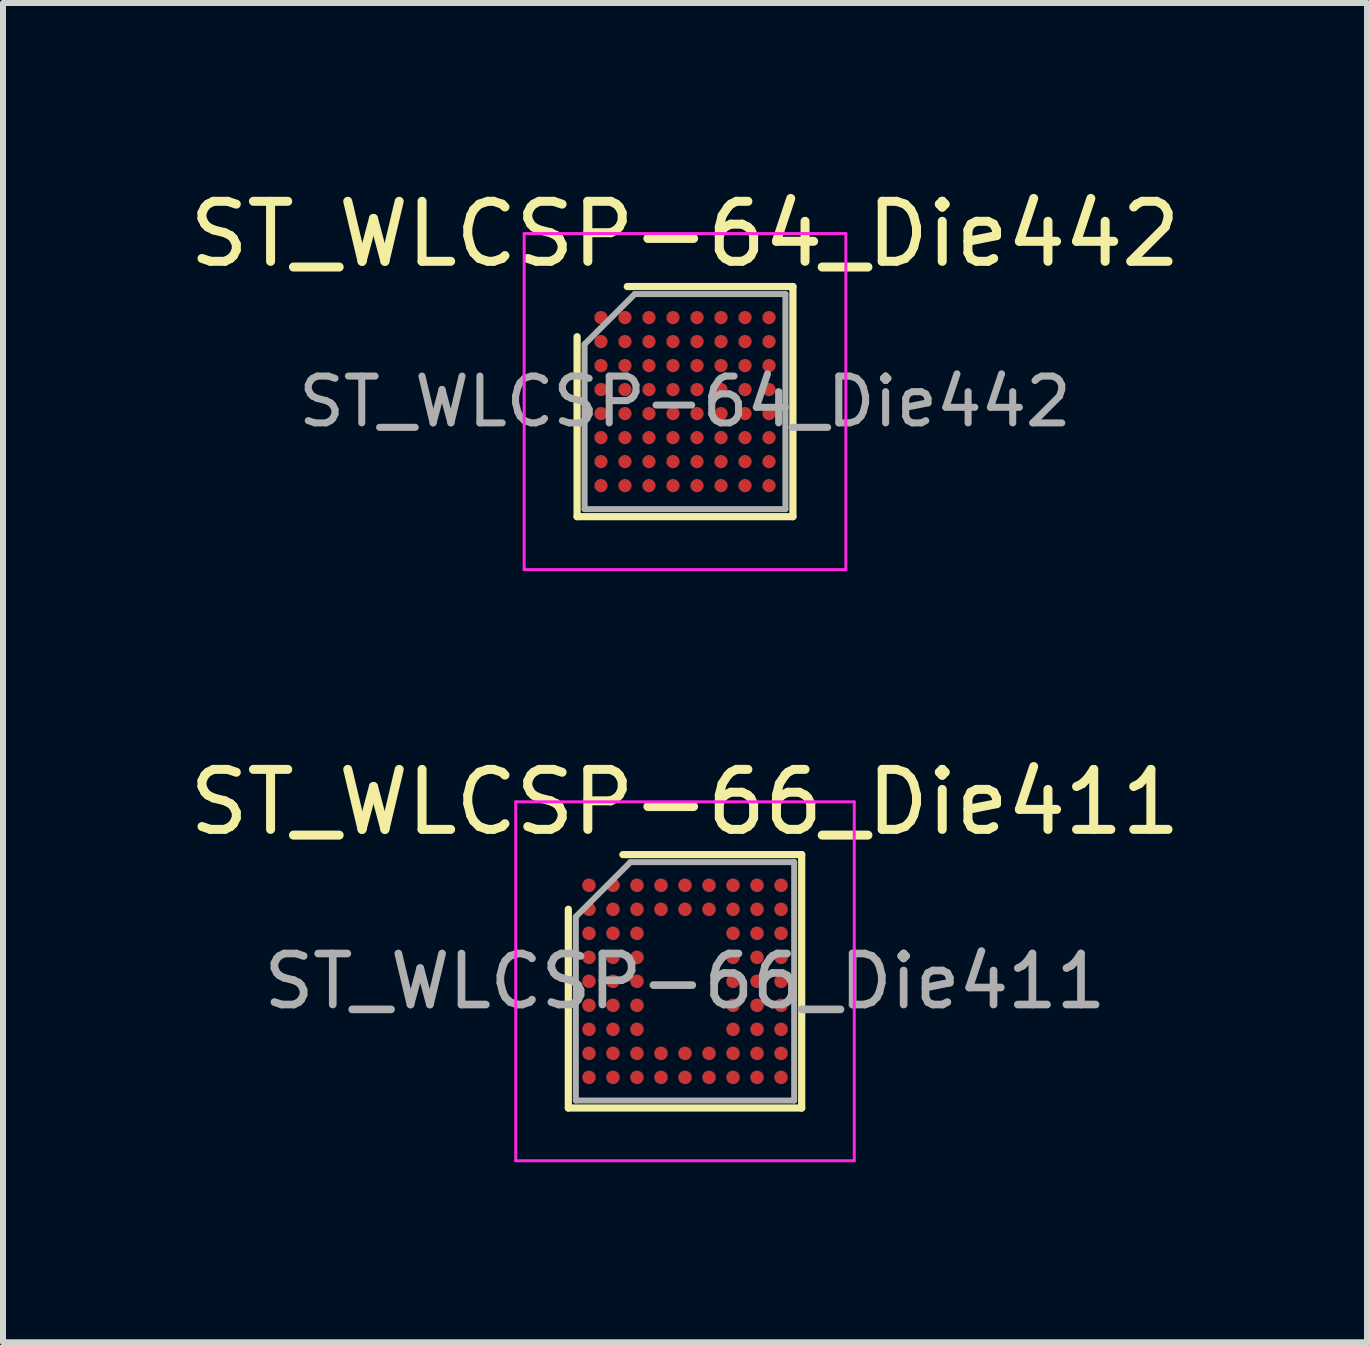
<source format=kicad_pcb>
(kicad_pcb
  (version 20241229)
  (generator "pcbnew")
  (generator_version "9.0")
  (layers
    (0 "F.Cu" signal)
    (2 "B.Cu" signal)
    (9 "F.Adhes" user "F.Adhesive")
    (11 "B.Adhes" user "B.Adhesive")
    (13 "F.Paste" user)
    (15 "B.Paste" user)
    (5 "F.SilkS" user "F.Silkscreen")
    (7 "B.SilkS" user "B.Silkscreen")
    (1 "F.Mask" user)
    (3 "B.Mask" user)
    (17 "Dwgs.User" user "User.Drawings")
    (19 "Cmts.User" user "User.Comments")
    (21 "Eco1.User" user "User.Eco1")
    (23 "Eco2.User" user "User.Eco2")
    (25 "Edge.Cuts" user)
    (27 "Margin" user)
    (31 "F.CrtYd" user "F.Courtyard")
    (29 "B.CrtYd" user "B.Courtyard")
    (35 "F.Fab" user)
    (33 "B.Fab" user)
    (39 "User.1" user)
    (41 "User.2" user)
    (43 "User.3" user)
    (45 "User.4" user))
  (footprint "ST_WLCSP-64_Die442"
    (layer "F.Cu")
    (at 8.363 3.641)
    (property "Reference" "ST_WLCSP-64_Die442" (at 0 -2.792 0) (layer "F.SilkS") (effects (font (size 1 1) (thickness 0.15))))
    (attr smd)
    (fp_line (start -1.798 1.917) (end -1.798 -1.081) (stroke (width 0.12) (type solid)) (layer "F.SilkS"))
    (fp_line (start -0.962 -1.917) (end 1.798 -1.917) (stroke (width 0.12) (type solid)) (layer "F.SilkS"))
    (fp_line (start 1.798 -1.917) (end 1.798 1.917) (stroke (width 0.12) (type solid)) (layer "F.SilkS"))
    (fp_line (start 1.798 1.917) (end -1.798 1.917) (stroke (width 0.12) (type solid)) (layer "F.SilkS"))
    (fp_line (start -2.68 -2.8) (end -2.68 2.8) (stroke (width 0.05) (type solid)) (layer "F.CrtYd"))
    (fp_line (start -2.68 2.8) (end 2.68 2.8) (stroke (width 0.05) (type solid)) (layer "F.CrtYd"))
    (fp_line (start 2.68 -2.8) (end -2.68 -2.8) (stroke (width 0.05) (type solid)) (layer "F.CrtYd"))
    (fp_line (start 2.68 2.8) (end 2.68 -2.8) (stroke (width 0.05) (type solid)) (layer "F.CrtYd"))
    (fp_line (start -1.673 -0.956) (end -0.837 -1.792) (stroke (width 0.1) (type solid)) (layer "F.Fab"))
    (fp_line (start -1.673 1.792) (end -1.673 -0.956) (stroke (width 0.1) (type solid)) (layer "F.Fab"))
    (fp_line (start -0.837 -1.792) (end 1.673 -1.792) (stroke (width 0.1) (type solid)) (layer "F.Fab"))
    (fp_line (start 1.673 -1.792) (end 1.673 1.792) (stroke (width 0.1) (type solid)) (layer "F.Fab"))
    (fp_line (start 1.673 1.792) (end -1.673 1.792) (stroke (width 0.1) (type solid)) (layer "F.Fab"))
    (fp_text user "${REFERENCE}" (at 0 0 0) (layer "F.Fab") (effects (font (size 0.78 0.78) (thickness 0.117))))
    (pad "A1" smd circle (at -1.4 -1.4) (size 0.22 0.22) (layers "F.Cu" "F.Mask" "F.Paste"))
    (pad "A2" smd circle (at -1 -1.4) (size 0.22 0.22) (layers "F.Cu" "F.Mask" "F.Paste"))
    (pad "A3" smd circle (at -0.6 -1.4) (size 0.22 0.22) (layers "F.Cu" "F.Mask" "F.Paste"))
    (pad "A4" smd circle (at -0.2 -1.4) (size 0.22 0.22) (layers "F.Cu" "F.Mask" "F.Paste"))
    (pad "A5" smd circle (at 0.2 -1.4) (size 0.22 0.22) (layers "F.Cu" "F.Mask" "F.Paste"))
    (pad "A6" smd circle (at 0.6 -1.4) (size 0.22 0.22) (layers "F.Cu" "F.Mask" "F.Paste"))
    (pad "A7" smd circle (at 1 -1.4) (size 0.22 0.22) (layers "F.Cu" "F.Mask" "F.Paste"))
    (pad "A8" smd circle (at 1.4 -1.4) (size 0.22 0.22) (layers "F.Cu" "F.Mask" "F.Paste"))
    (pad "B1" smd circle (at -1.4 -1) (size 0.22 0.22) (layers "F.Cu" "F.Mask" "F.Paste"))
    (pad "B2" smd circle (at -1 -1) (size 0.22 0.22) (layers "F.Cu" "F.Mask" "F.Paste"))
    (pad "B3" smd circle (at -0.6 -1) (size 0.22 0.22) (layers "F.Cu" "F.Mask" "F.Paste"))
    (pad "B4" smd circle (at -0.2 -1) (size 0.22 0.22) (layers "F.Cu" "F.Mask" "F.Paste"))
    (pad "B5" smd circle (at 0.2 -1) (size 0.22 0.22) (layers "F.Cu" "F.Mask" "F.Paste"))
    (pad "B6" smd circle (at 0.6 -1) (size 0.22 0.22) (layers "F.Cu" "F.Mask" "F.Paste"))
    (pad "B7" smd circle (at 1 -1) (size 0.22 0.22) (layers "F.Cu" "F.Mask" "F.Paste"))
    (pad "B8" smd circle (at 1.4 -1) (size 0.22 0.22) (layers "F.Cu" "F.Mask" "F.Paste"))
    (pad "C1" smd circle (at -1.4 -0.6) (size 0.22 0.22) (layers "F.Cu" "F.Mask" "F.Paste"))
    (pad "C2" smd circle (at -1 -0.6) (size 0.22 0.22) (layers "F.Cu" "F.Mask" "F.Paste"))
    (pad "C3" smd circle (at -0.6 -0.6) (size 0.22 0.22) (layers "F.Cu" "F.Mask" "F.Paste"))
    (pad "C4" smd circle (at -0.2 -0.6) (size 0.22 0.22) (layers "F.Cu" "F.Mask" "F.Paste"))
    (pad "C5" smd circle (at 0.2 -0.6) (size 0.22 0.22) (layers "F.Cu" "F.Mask" "F.Paste"))
    (pad "C6" smd circle (at 0.6 -0.6) (size 0.22 0.22) (layers "F.Cu" "F.Mask" "F.Paste"))
    (pad "C7" smd circle (at 1 -0.6) (size 0.22 0.22) (layers "F.Cu" "F.Mask" "F.Paste"))
    (pad "C8" smd circle (at 1.4 -0.6) (size 0.22 0.22) (layers "F.Cu" "F.Mask" "F.Paste"))
    (pad "D1" smd circle (at -1.4 -0.2) (size 0.22 0.22) (layers "F.Cu" "F.Mask" "F.Paste"))
    (pad "D2" smd circle (at -1 -0.2) (size 0.22 0.22) (layers "F.Cu" "F.Mask" "F.Paste"))
    (pad "D3" smd circle (at -0.6 -0.2) (size 0.22 0.22) (layers "F.Cu" "F.Mask" "F.Paste"))
    (pad "D4" smd circle (at -0.2 -0.2) (size 0.22 0.22) (layers "F.Cu" "F.Mask" "F.Paste"))
    (pad "D5" smd circle (at 0.2 -0.2) (size 0.22 0.22) (layers "F.Cu" "F.Mask" "F.Paste"))
    (pad "D6" smd circle (at 0.6 -0.2) (size 0.22 0.22) (layers "F.Cu" "F.Mask" "F.Paste"))
    (pad "D7" smd circle (at 1 -0.2) (size 0.22 0.22) (layers "F.Cu" "F.Mask" "F.Paste"))
    (pad "D8" smd circle (at 1.4 -0.2) (size 0.22 0.22) (layers "F.Cu" "F.Mask" "F.Paste"))
    (pad "E1" smd circle (at -1.4 0.2) (size 0.22 0.22) (layers "F.Cu" "F.Mask" "F.Paste"))
    (pad "E2" smd circle (at -1 0.2) (size 0.22 0.22) (layers "F.Cu" "F.Mask" "F.Paste"))
    (pad "E3" smd circle (at -0.6 0.2) (size 0.22 0.22) (layers "F.Cu" "F.Mask" "F.Paste"))
    (pad "E4" smd circle (at -0.2 0.2) (size 0.22 0.22) (layers "F.Cu" "F.Mask" "F.Paste"))
    (pad "E5" smd circle (at 0.2 0.2) (size 0.22 0.22) (layers "F.Cu" "F.Mask" "F.Paste"))
    (pad "E6" smd circle (at 0.6 0.2) (size 0.22 0.22) (layers "F.Cu" "F.Mask" "F.Paste"))
    (pad "E7" smd circle (at 1 0.2) (size 0.22 0.22) (layers "F.Cu" "F.Mask" "F.Paste"))
    (pad "E8" smd circle (at 1.4 0.2) (size 0.22 0.22) (layers "F.Cu" "F.Mask" "F.Paste"))
    (pad "F1" smd circle (at -1.4 0.6) (size 0.22 0.22) (layers "F.Cu" "F.Mask" "F.Paste"))
    (pad "F2" smd circle (at -1 0.6) (size 0.22 0.22) (layers "F.Cu" "F.Mask" "F.Paste"))
    (pad "F3" smd circle (at -0.6 0.6) (size 0.22 0.22) (layers "F.Cu" "F.Mask" "F.Paste"))
    (pad "F4" smd circle (at -0.2 0.6) (size 0.22 0.22) (layers "F.Cu" "F.Mask" "F.Paste"))
    (pad "F5" smd circle (at 0.2 0.6) (size 0.22 0.22) (layers "F.Cu" "F.Mask" "F.Paste"))
    (pad "F6" smd circle (at 0.6 0.6) (size 0.22 0.22) (layers "F.Cu" "F.Mask" "F.Paste"))
    (pad "F7" smd circle (at 1 0.6) (size 0.22 0.22) (layers "F.Cu" "F.Mask" "F.Paste"))
    (pad "F8" smd circle (at 1.4 0.6) (size 0.22 0.22) (layers "F.Cu" "F.Mask" "F.Paste"))
    (pad "G1" smd circle (at -1.4 1) (size 0.22 0.22) (layers "F.Cu" "F.Mask" "F.Paste"))
    (pad "G2" smd circle (at -1 1) (size 0.22 0.22) (layers "F.Cu" "F.Mask" "F.Paste"))
    (pad "G3" smd circle (at -0.6 1) (size 0.22 0.22) (layers "F.Cu" "F.Mask" "F.Paste"))
    (pad "G4" smd circle (at -0.2 1) (size 0.22 0.22) (layers "F.Cu" "F.Mask" "F.Paste"))
    (pad "G5" smd circle (at 0.2 1) (size 0.22 0.22) (layers "F.Cu" "F.Mask" "F.Paste"))
    (pad "G6" smd circle (at 0.6 1) (size 0.22 0.22) (layers "F.Cu" "F.Mask" "F.Paste"))
    (pad "G7" smd circle (at 1 1) (size 0.22 0.22) (layers "F.Cu" "F.Mask" "F.Paste"))
    (pad "G8" smd circle (at 1.4 1) (size 0.22 0.22) (layers "F.Cu" "F.Mask" "F.Paste"))
    (pad "H1" smd circle (at -1.4 1.4) (size 0.22 0.22) (layers "F.Cu" "F.Mask" "F.Paste"))
    (pad "H2" smd circle (at -1 1.4) (size 0.22 0.22) (layers "F.Cu" "F.Mask" "F.Paste"))
    (pad "H3" smd circle (at -0.6 1.4) (size 0.22 0.22) (layers "F.Cu" "F.Mask" "F.Paste"))
    (pad "H4" smd circle (at -0.2 1.4) (size 0.22 0.22) (layers "F.Cu" "F.Mask" "F.Paste"))
    (pad "H5" smd circle (at 0.2 1.4) (size 0.22 0.22) (layers "F.Cu" "F.Mask" "F.Paste"))
    (pad "H6" smd circle (at 0.6 1.4) (size 0.22 0.22) (layers "F.Cu" "F.Mask" "F.Paste"))
    (pad "H7" smd circle (at 1 1.4) (size 0.22 0.22) (layers "F.Cu" "F.Mask" "F.Paste"))
    (pad "H8" smd circle (at 1.4 1.4) (size 0.22 0.22) (layers "F.Cu" "F.Mask" "F.Paste")))
  (footprint "ST_WLCSP-66_Die411"
    (layer "F.Cu")
    (at 8.363 13.3)
    (property "Reference" "ST_WLCSP-66_Die411" (at 0 -2.986 0) (layer "F.SilkS") (effects (font (size 1 1) (thickness 0.15))))
    (attr smd)
    (fp_line (start -1.944 2.111) (end -1.944 -1.201) (stroke (width 0.12) (type solid)) (layer "F.SilkS"))
    (fp_line (start -1.035 -2.111) (end 1.944 -2.111) (stroke (width 0.12) (type solid)) (layer "F.SilkS"))
    (fp_line (start 1.944 -2.111) (end 1.944 2.111) (stroke (width 0.12) (type solid)) (layer "F.SilkS"))
    (fp_line (start 1.944 2.111) (end -1.944 2.111) (stroke (width 0.12) (type solid)) (layer "F.SilkS"))
    (fp_line (start -2.82 -2.99) (end -2.82 2.99) (stroke (width 0.05) (type solid)) (layer "F.CrtYd"))
    (fp_line (start -2.82 2.99) (end 2.82 2.99) (stroke (width 0.05) (type solid)) (layer "F.CrtYd"))
    (fp_line (start 2.82 -2.99) (end -2.82 -2.99) (stroke (width 0.05) (type solid)) (layer "F.CrtYd"))
    (fp_line (start 2.82 2.99) (end 2.82 -2.99) (stroke (width 0.05) (type solid)) (layer "F.CrtYd"))
    (fp_line (start -1.819 -1.076) (end -0.91 -1.986) (stroke (width 0.1) (type solid)) (layer "F.Fab"))
    (fp_line (start -1.819 1.986) (end -1.819 -1.076) (stroke (width 0.1) (type solid)) (layer "F.Fab"))
    (fp_line (start -0.91 -1.986) (end 1.819 -1.986) (stroke (width 0.1) (type solid)) (layer "F.Fab"))
    (fp_line (start 1.819 -1.986) (end 1.819 1.986) (stroke (width 0.1) (type solid)) (layer "F.Fab"))
    (fp_line (start 1.819 1.986) (end -1.819 1.986) (stroke (width 0.1) (type solid)) (layer "F.Fab"))
    (fp_text user "${REFERENCE}" (at 0 0 0) (layer "F.Fab") (effects (font (size 0.85 0.85) (thickness 0.128))))
    (pad "A1" smd circle (at -1.6 -1.6) (size 0.225 0.225) (layers "F.Cu" "F.Mask" "F.Paste"))
    (pad "A2" smd circle (at -1.2 -1.6) (size 0.225 0.225) (layers "F.Cu" "F.Mask" "F.Paste"))
    (pad "A3" smd circle (at -0.8 -1.6) (size 0.225 0.225) (layers "F.Cu" "F.Mask" "F.Paste"))
    (pad "A4" smd circle (at -0.4 -1.6) (size 0.225 0.225) (layers "F.Cu" "F.Mask" "F.Paste"))
    (pad "A5" smd circle (at 0 -1.6) (size 0.225 0.225) (layers "F.Cu" "F.Mask" "F.Paste"))
    (pad "A6" smd circle (at 0.4 -1.6) (size 0.225 0.225) (layers "F.Cu" "F.Mask" "F.Paste"))
    (pad "A7" smd circle (at 0.8 -1.6) (size 0.225 0.225) (layers "F.Cu" "F.Mask" "F.Paste"))
    (pad "A8" smd circle (at 1.2 -1.6) (size 0.225 0.225) (layers "F.Cu" "F.Mask" "F.Paste"))
    (pad "A9" smd circle (at 1.6 -1.6) (size 0.225 0.225) (layers "F.Cu" "F.Mask" "F.Paste"))
    (pad "B1" smd circle (at -1.6 -1.2) (size 0.225 0.225) (layers "F.Cu" "F.Mask" "F.Paste"))
    (pad "B2" smd circle (at -1.2 -1.2) (size 0.225 0.225) (layers "F.Cu" "F.Mask" "F.Paste"))
    (pad "B3" smd circle (at -0.8 -1.2) (size 0.225 0.225) (layers "F.Cu" "F.Mask" "F.Paste"))
    (pad "B4" smd circle (at -0.4 -1.2) (size 0.225 0.225) (layers "F.Cu" "F.Mask" "F.Paste"))
    (pad "B5" smd circle (at 0 -1.2) (size 0.225 0.225) (layers "F.Cu" "F.Mask" "F.Paste"))
    (pad "B6" smd circle (at 0.4 -1.2) (size 0.225 0.225) (layers "F.Cu" "F.Mask" "F.Paste"))
    (pad "B7" smd circle (at 0.8 -1.2) (size 0.225 0.225) (layers "F.Cu" "F.Mask" "F.Paste"))
    (pad "B8" smd circle (at 1.2 -1.2) (size 0.225 0.225) (layers "F.Cu" "F.Mask" "F.Paste"))
    (pad "B9" smd circle (at 1.6 -1.2) (size 0.225 0.225) (layers "F.Cu" "F.Mask" "F.Paste"))
    (pad "C1" smd circle (at -1.6 -0.8) (size 0.225 0.225) (layers "F.Cu" "F.Mask" "F.Paste"))
    (pad "C2" smd circle (at -1.2 -0.8) (size 0.225 0.225) (layers "F.Cu" "F.Mask" "F.Paste"))
    (pad "C3" smd circle (at -0.8 -0.8) (size 0.225 0.225) (layers "F.Cu" "F.Mask" "F.Paste"))
    (pad "C7" smd circle (at 0.8 -0.8) (size 0.225 0.225) (layers "F.Cu" "F.Mask" "F.Paste"))
    (pad "C8" smd circle (at 1.2 -0.8) (size 0.225 0.225) (layers "F.Cu" "F.Mask" "F.Paste"))
    (pad "C9" smd circle (at 1.6 -0.8) (size 0.225 0.225) (layers "F.Cu" "F.Mask" "F.Paste"))
    (pad "D1" smd circle (at -1.6 -0.4) (size 0.225 0.225) (layers "F.Cu" "F.Mask" "F.Paste"))
    (pad "D2" smd circle (at -1.2 -0.4) (size 0.225 0.225) (layers "F.Cu" "F.Mask" "F.Paste"))
    (pad "D3" smd circle (at -0.8 -0.4) (size 0.225 0.225) (layers "F.Cu" "F.Mask" "F.Paste"))
    (pad "D7" smd circle (at 0.8 -0.4) (size 0.225 0.225) (layers "F.Cu" "F.Mask" "F.Paste"))
    (pad "D8" smd circle (at 1.2 -0.4) (size 0.225 0.225) (layers "F.Cu" "F.Mask" "F.Paste"))
    (pad "D9" smd circle (at 1.6 -0.4) (size 0.225 0.225) (layers "F.Cu" "F.Mask" "F.Paste"))
    (pad "E1" smd circle (at -1.6 0) (size 0.225 0.225) (layers "F.Cu" "F.Mask" "F.Paste"))
    (pad "E2" smd circle (at -1.2 0) (size 0.225 0.225) (layers "F.Cu" "F.Mask" "F.Paste"))
    (pad "E3" smd circle (at -0.8 0) (size 0.225 0.225) (layers "F.Cu" "F.Mask" "F.Paste"))
    (pad "E7" smd circle (at 0.8 0) (size 0.225 0.225) (layers "F.Cu" "F.Mask" "F.Paste"))
    (pad "E8" smd circle (at 1.2 0) (size 0.225 0.225) (layers "F.Cu" "F.Mask" "F.Paste"))
    (pad "E9" smd circle (at 1.6 0) (size 0.225 0.225) (layers "F.Cu" "F.Mask" "F.Paste"))
    (pad "F1" smd circle (at -1.6 0.4) (size 0.225 0.225) (layers "F.Cu" "F.Mask" "F.Paste"))
    (pad "F2" smd circle (at -1.2 0.4) (size 0.225 0.225) (layers "F.Cu" "F.Mask" "F.Paste"))
    (pad "F3" smd circle (at -0.8 0.4) (size 0.225 0.225) (layers "F.Cu" "F.Mask" "F.Paste"))
    (pad "F7" smd circle (at 0.8 0.4) (size 0.225 0.225) (layers "F.Cu" "F.Mask" "F.Paste"))
    (pad "F8" smd circle (at 1.2 0.4) (size 0.225 0.225) (layers "F.Cu" "F.Mask" "F.Paste"))
    (pad "F9" smd circle (at 1.6 0.4) (size 0.225 0.225) (layers "F.Cu" "F.Mask" "F.Paste"))
    (pad "G1" smd circle (at -1.6 0.8) (size 0.225 0.225) (layers "F.Cu" "F.Mask" "F.Paste"))
    (pad "G2" smd circle (at -1.2 0.8) (size 0.225 0.225) (layers "F.Cu" "F.Mask" "F.Paste"))
    (pad "G3" smd circle (at -0.8 0.8) (size 0.225 0.225) (layers "F.Cu" "F.Mask" "F.Paste"))
    (pad "G7" smd circle (at 0.8 0.8) (size 0.225 0.225) (layers "F.Cu" "F.Mask" "F.Paste"))
    (pad "G8" smd circle (at 1.2 0.8) (size 0.225 0.225) (layers "F.Cu" "F.Mask" "F.Paste"))
    (pad "G9" smd circle (at 1.6 0.8) (size 0.225 0.225) (layers "F.Cu" "F.Mask" "F.Paste"))
    (pad "H1" smd circle (at -1.6 1.2) (size 0.225 0.225) (layers "F.Cu" "F.Mask" "F.Paste"))
    (pad "H2" smd circle (at -1.2 1.2) (size 0.225 0.225) (layers "F.Cu" "F.Mask" "F.Paste"))
    (pad "H3" smd circle (at -0.8 1.2) (size 0.225 0.225) (layers "F.Cu" "F.Mask" "F.Paste"))
    (pad "H4" smd circle (at -0.4 1.2) (size 0.225 0.225) (layers "F.Cu" "F.Mask" "F.Paste"))
    (pad "H5" smd circle (at 0 1.2) (size 0.225 0.225) (layers "F.Cu" "F.Mask" "F.Paste"))
    (pad "H6" smd circle (at 0.4 1.2) (size 0.225 0.225) (layers "F.Cu" "F.Mask" "F.Paste"))
    (pad "H7" smd circle (at 0.8 1.2) (size 0.225 0.225) (layers "F.Cu" "F.Mask" "F.Paste"))
    (pad "H8" smd circle (at 1.2 1.2) (size 0.225 0.225) (layers "F.Cu" "F.Mask" "F.Paste"))
    (pad "H9" smd circle (at 1.6 1.2) (size 0.225 0.225) (layers "F.Cu" "F.Mask" "F.Paste"))
    (pad "J1" smd circle (at -1.6 1.6) (size 0.225 0.225) (layers "F.Cu" "F.Mask" "F.Paste"))
    (pad "J2" smd circle (at -1.2 1.6) (size 0.225 0.225) (layers "F.Cu" "F.Mask" "F.Paste"))
    (pad "J3" smd circle (at -0.8 1.6) (size 0.225 0.225) (layers "F.Cu" "F.Mask" "F.Paste"))
    (pad "J4" smd circle (at -0.4 1.6) (size 0.225 0.225) (layers "F.Cu" "F.Mask" "F.Paste"))
    (pad "J5" smd circle (at 0 1.6) (size 0.225 0.225) (layers "F.Cu" "F.Mask" "F.Paste"))
    (pad "J6" smd circle (at 0.4 1.6) (size 0.225 0.225) (layers "F.Cu" "F.Mask" "F.Paste"))
    (pad "J7" smd circle (at 0.8 1.6) (size 0.225 0.225) (layers "F.Cu" "F.Mask" "F.Paste"))
    (pad "J8" smd circle (at 1.2 1.6) (size 0.225 0.225) (layers "F.Cu" "F.Mask" "F.Paste"))
    (pad "J9" smd circle (at 1.6 1.6) (size 0.225 0.225) (layers "F.Cu" "F.Mask" "F.Paste")))
  (gr_rect
    (start -3 -3)
    (end 19.726 19.314)
    (stroke (width 0.1) (type default))
    (fill no)
    (layer "Edge.Cuts")))
</source>
